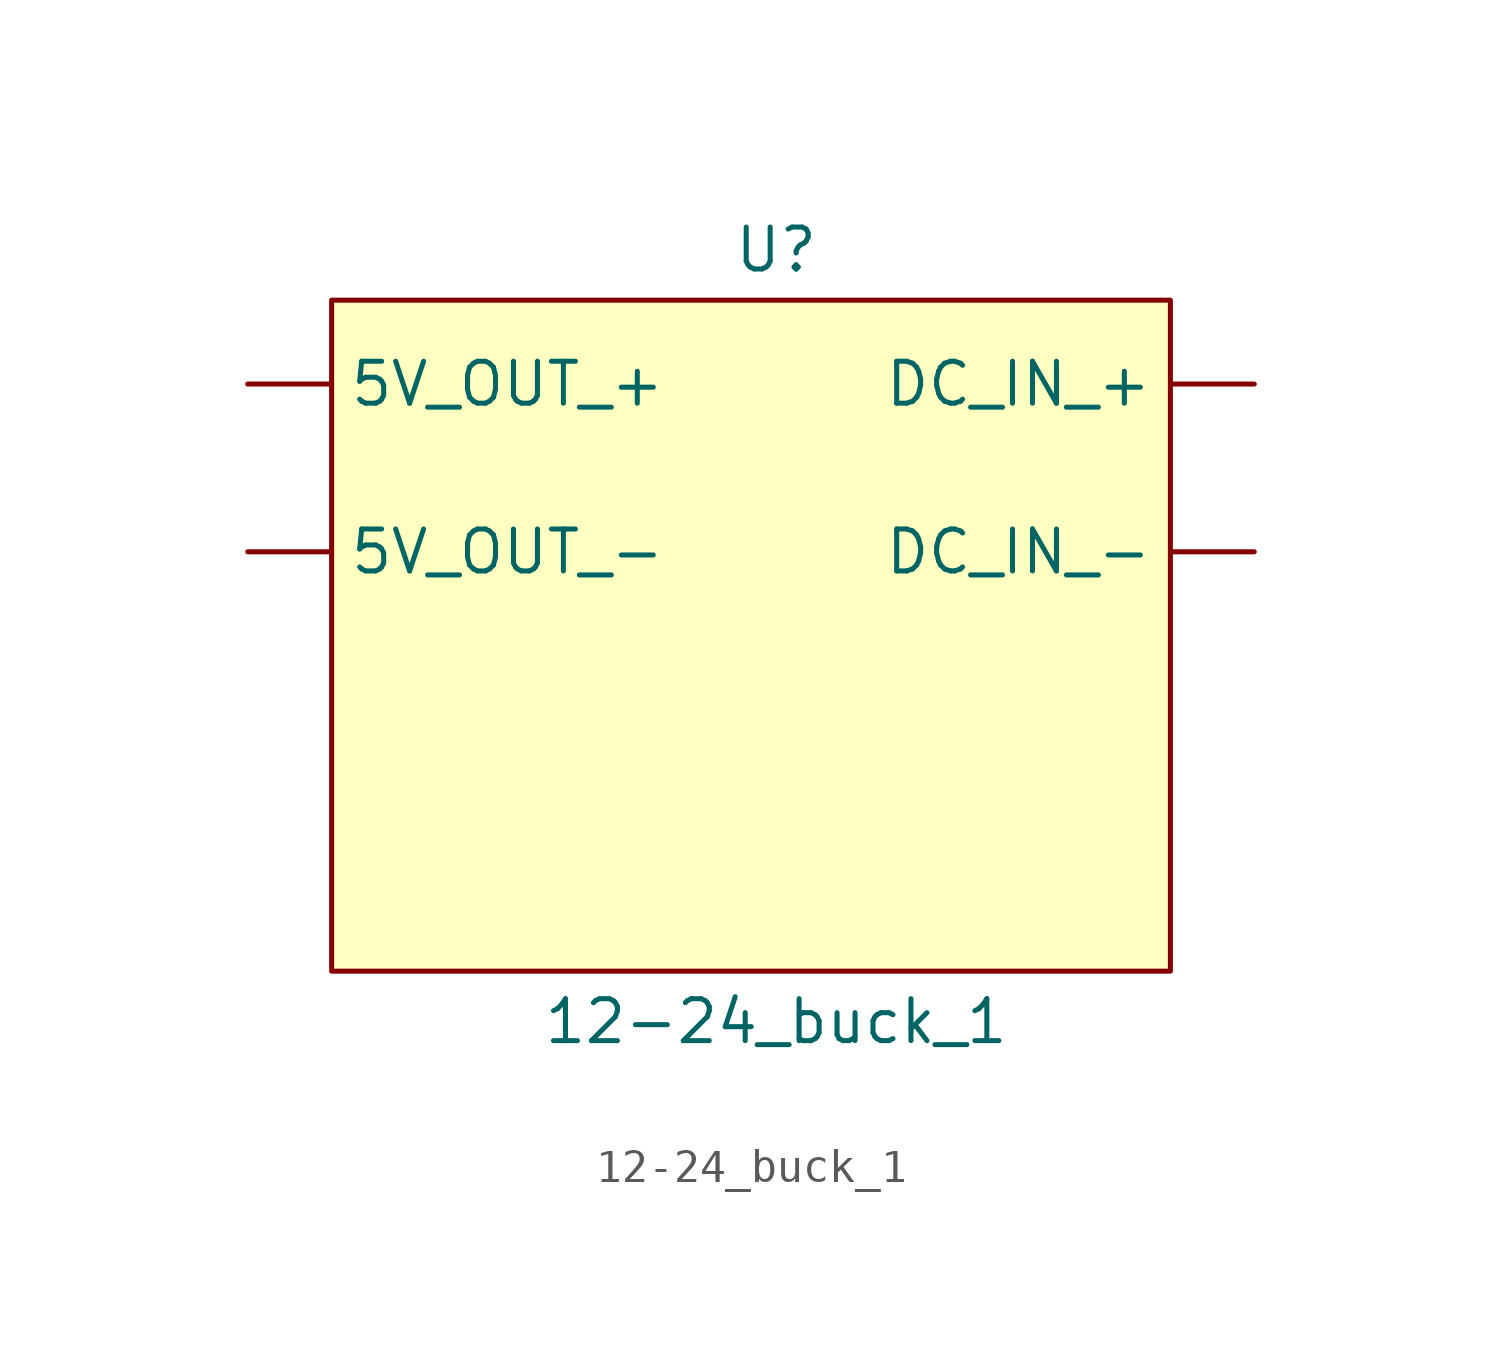
<source format=kicad_sym>
(kicad_symbol_lib
  (version 20241209)
  (generator "kicad_symbol_editor")
  (generator_version "9.0")
  (symbol "12-24_buck_1"
    (property "Reference" "U"
      (at 5.842 6.604 0)
      (effects (font (size 1.27 1.27))))
    (property "Value" "12-24_buck_1"
      (at 5.842 -16.764 0)
      (effects (font (size 1.27 1.27))))
    (symbol "12-24_buck_1_1_1"
      (rectangle (start -7.62 5.08) (end 17.78 -15.24) (stroke (width 0) (type solid)) (fill (type color) (color 255 255 194 1)))
      (pin power_out line (at -10.16 2.54 0) (length 2.54) (name "5V_OUT_+" (effects (font (size 1.27 1.27)))) (number "" (effects (font (size 1.27 1.27)))))
      (pin power_out line (at -10.16 -2.54 0) (length 2.54) (name "5V_OUT_-" (effects (font (size 1.27 1.27)))) (number "" (effects (font (size 1.27 1.27)))))
      (pin power_in line (at 20.32 2.54 180) (length 2.54) (name "DC_IN_+" (effects (font (size 1.27 1.27)))) (number "" (effects (font (size 1.27 1.27)))))
      (pin power_in line (at 20.32 -2.54 180) (length 2.54) (name "DC_IN_-" (effects (font (size 1.27 1.27)))) (number "" (effects (font (size 1.27 1.27))))))))
</source>
